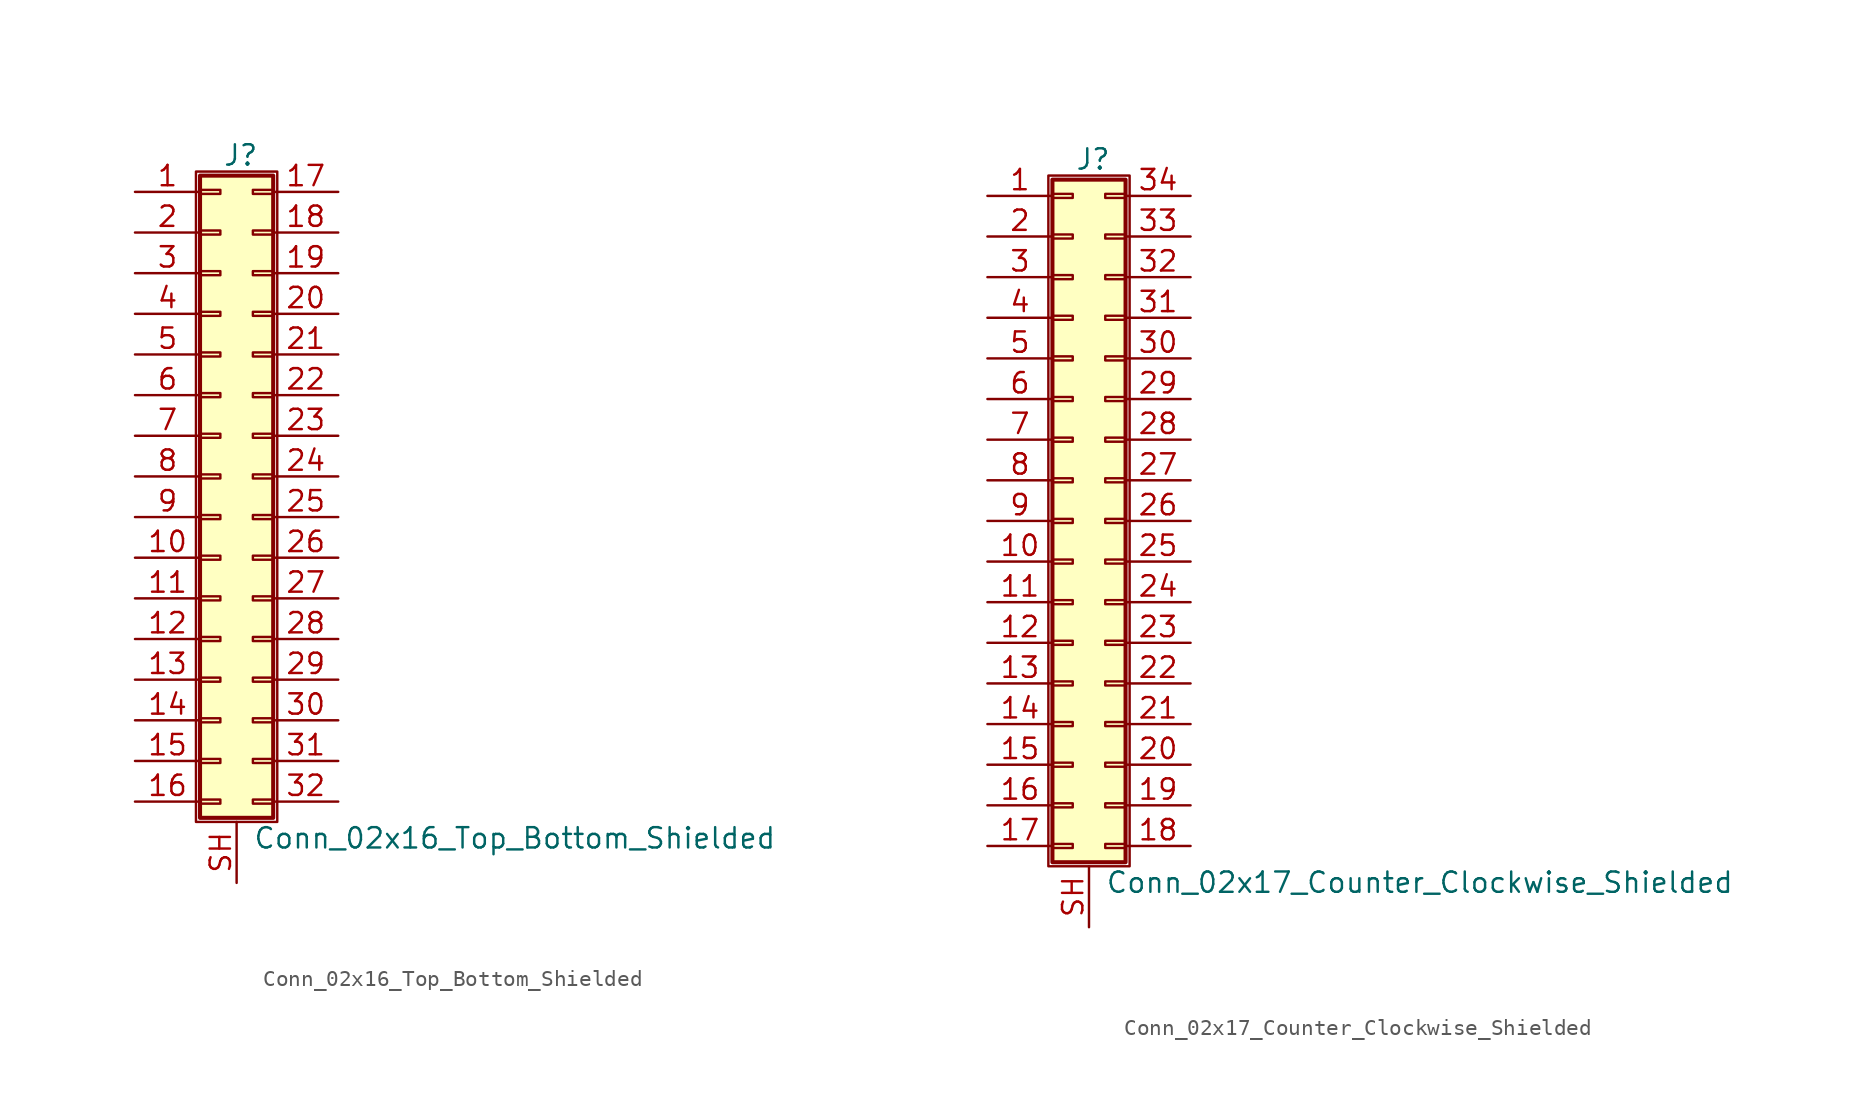
<source format=kicad_sym>
(kicad_symbol_lib
  (version 20201005)
  (generator kicad_symbol_editor)
  (symbol "Connector_Generic_Shielded:Conn_02x16_Top_Bottom_Shielded"
    (pin_names
      (offset 1.016) hide)
    (property "Reference" "J"
      (at 1.524 20.066 0)
      (effects (font (size 1.27 1.27))))
    (property "Value" "Conn_02x16_Top_Bottom_Shielded"
      (at 2.286 -22.606 0)
      (effects (font (size 1.27 1.27)) (justify left)))
    (symbol "Conn_02x16_Top_Bottom_Shielded_1_1"
      (rectangle (start -1.016 -4.953) (end 0.254 -5.207) (stroke (width 0.152)) (fill (type none)))
      (rectangle (start -1.016 -7.493) (end 0.254 -7.747) (stroke (width 0.152)) (fill (type none)))
      (rectangle (start -1.016 -10.033) (end 0.254 -10.287) (stroke (width 0.152)) (fill (type none)))
      (rectangle (start -1.016 -12.573) (end 0.254 -12.827) (stroke (width 0.152)) (fill (type none)))
      (rectangle (start -1.016 -15.113) (end 0.254 -15.367) (stroke (width 0.152)) (fill (type none)))
      (rectangle (start -1.016 -17.653) (end 0.254 -17.907) (stroke (width 0.152)) (fill (type none)))
      (rectangle (start -1.016 -20.193) (end 0.254 -20.447) (stroke (width 0.152)) (fill (type none)))
      (rectangle (start -1.016 -2.413) (end 0.254 -2.667) (stroke (width 0.152)) (fill (type none)))
      (rectangle (start -1.016 2.667) (end 0.254 2.413) (stroke (width 0.152)) (fill (type none)))
      (rectangle (start -1.016 5.207) (end 0.254 4.953) (stroke (width 0.152)) (fill (type none)))
      (rectangle (start -1.016 7.747) (end 0.254 7.493) (stroke (width 0.152)) (fill (type none)))
      (rectangle (start -1.016 10.287) (end 0.254 10.033) (stroke (width 0.152)) (fill (type none)))
      (rectangle (start -1.016 0.127) (end 0.254 -0.127) (stroke (width 0.152)) (fill (type none)))
      (rectangle (start -1.016 12.827) (end 0.254 12.573) (stroke (width 0.152)) (fill (type none)))
      (rectangle (start -1.016 15.367) (end 0.254 15.113) (stroke (width 0.152)) (fill (type none)))
      (rectangle (start -1.016 17.907) (end 0.254 17.653) (stroke (width 0.152)) (fill (type none)))
      (rectangle (start -1.016 18.796) (end 3.556 -21.336) (stroke (width 0.254)) (fill (type background)))
      (rectangle (start -1.27 19.05) (end 3.81 -21.59) (stroke (width 0.152)) (fill (type none)))
      (rectangle (start 3.556 -4.953) (end 2.286 -5.207) (stroke (width 0.152)) (fill (type none)))
      (rectangle (start 3.556 -7.493) (end 2.286 -7.747) (stroke (width 0.152)) (fill (type none)))
      (rectangle (start 3.556 -10.033) (end 2.286 -10.287) (stroke (width 0.152)) (fill (type none)))
      (rectangle (start 3.556 -12.573) (end 2.286 -12.827) (stroke (width 0.152)) (fill (type none)))
      (rectangle (start 3.556 -15.113) (end 2.286 -15.367) (stroke (width 0.152)) (fill (type none)))
      (rectangle (start 3.556 -17.653) (end 2.286 -17.907) (stroke (width 0.152)) (fill (type none)))
      (rectangle (start 3.556 -20.193) (end 2.286 -20.447) (stroke (width 0.152)) (fill (type none)))
      (rectangle (start 3.556 -2.413) (end 2.286 -2.667) (stroke (width 0.152)) (fill (type none)))
      (rectangle (start 3.556 2.667) (end 2.286 2.413) (stroke (width 0.152)) (fill (type none)))
      (rectangle (start 3.556 5.207) (end 2.286 4.953) (stroke (width 0.152)) (fill (type none)))
      (rectangle (start 3.556 7.747) (end 2.286 7.493) (stroke (width 0.152)) (fill (type none)))
      (rectangle (start 3.556 10.287) (end 2.286 10.033) (stroke (width 0.152)) (fill (type none)))
      (rectangle (start 3.556 0.127) (end 2.286 -0.127) (stroke (width 0.152)) (fill (type none)))
      (rectangle (start 3.556 12.827) (end 2.286 12.573) (stroke (width 0.152)) (fill (type none)))
      (rectangle (start 3.556 15.367) (end 2.286 15.113) (stroke (width 0.152)) (fill (type none)))
      (rectangle (start 3.556 17.907) (end 2.286 17.653) (stroke (width 0.152)) (fill (type none)))
      (pin passive line (at -5.08 17.78 0) (length 4.064) (name "Pin_1" (effects (font (size 1.27 1.27)))) (number "1" (effects (font (size 1.27 1.27)))))
      (pin passive line (at -5.08 -5.08 0) (length 4.064) (name "Pin_10" (effects (font (size 1.27 1.27)))) (number "10" (effects (font (size 1.27 1.27)))))
      (pin passive line (at -5.08 -7.62 0) (length 4.064) (name "Pin_11" (effects (font (size 1.27 1.27)))) (number "11" (effects (font (size 1.27 1.27)))))
      (pin passive line (at -5.08 -10.16 0) (length 4.064) (name "Pin_12" (effects (font (size 1.27 1.27)))) (number "12" (effects (font (size 1.27 1.27)))))
      (pin passive line (at -5.08 -12.7 0) (length 4.064) (name "Pin_13" (effects (font (size 1.27 1.27)))) (number "13" (effects (font (size 1.27 1.27)))))
      (pin passive line (at -5.08 -15.24 0) (length 4.064) (name "Pin_14" (effects (font (size 1.27 1.27)))) (number "14" (effects (font (size 1.27 1.27)))))
      (pin passive line (at -5.08 -17.78 0) (length 4.064) (name "Pin_15" (effects (font (size 1.27 1.27)))) (number "15" (effects (font (size 1.27 1.27)))))
      (pin passive line (at -5.08 -20.32 0) (length 4.064) (name "Pin_16" (effects (font (size 1.27 1.27)))) (number "16" (effects (font (size 1.27 1.27)))))
      (pin passive line (at 7.62 17.78 180) (length 4.064) (name "Pin_17" (effects (font (size 1.27 1.27)))) (number "17" (effects (font (size 1.27 1.27)))))
      (pin passive line (at 7.62 15.24 180) (length 4.064) (name "Pin_18" (effects (font (size 1.27 1.27)))) (number "18" (effects (font (size 1.27 1.27)))))
      (pin passive line (at 7.62 12.7 180) (length 4.064) (name "Pin_19" (effects (font (size 1.27 1.27)))) (number "19" (effects (font (size 1.27 1.27)))))
      (pin passive line (at -5.08 15.24 0) (length 4.064) (name "Pin_2" (effects (font (size 1.27 1.27)))) (number "2" (effects (font (size 1.27 1.27)))))
      (pin passive line (at 7.62 10.16 180) (length 4.064) (name "Pin_20" (effects (font (size 1.27 1.27)))) (number "20" (effects (font (size 1.27 1.27)))))
      (pin passive line (at 7.62 7.62 180) (length 4.064) (name "Pin_21" (effects (font (size 1.27 1.27)))) (number "21" (effects (font (size 1.27 1.27)))))
      (pin passive line (at 7.62 5.08 180) (length 4.064) (name "Pin_22" (effects (font (size 1.27 1.27)))) (number "22" (effects (font (size 1.27 1.27)))))
      (pin passive line (at 7.62 2.54 180) (length 4.064) (name "Pin_23" (effects (font (size 1.27 1.27)))) (number "23" (effects (font (size 1.27 1.27)))))
      (pin passive line (at 7.62 0 180) (length 4.064) (name "Pin_24" (effects (font (size 1.27 1.27)))) (number "24" (effects (font (size 1.27 1.27)))))
      (pin passive line (at 7.62 -2.54 180) (length 4.064) (name "Pin_25" (effects (font (size 1.27 1.27)))) (number "25" (effects (font (size 1.27 1.27)))))
      (pin passive line (at 7.62 -5.08 180) (length 4.064) (name "Pin_26" (effects (font (size 1.27 1.27)))) (number "26" (effects (font (size 1.27 1.27)))))
      (pin passive line (at 7.62 -7.62 180) (length 4.064) (name "Pin_27" (effects (font (size 1.27 1.27)))) (number "27" (effects (font (size 1.27 1.27)))))
      (pin passive line (at 7.62 -10.16 180) (length 4.064) (name "Pin_28" (effects (font (size 1.27 1.27)))) (number "28" (effects (font (size 1.27 1.27)))))
      (pin passive line (at 7.62 -12.7 180) (length 4.064) (name "Pin_29" (effects (font (size 1.27 1.27)))) (number "29" (effects (font (size 1.27 1.27)))))
      (pin passive line (at -5.08 12.7 0) (length 4.064) (name "Pin_3" (effects (font (size 1.27 1.27)))) (number "3" (effects (font (size 1.27 1.27)))))
      (pin passive line (at 7.62 -15.24 180) (length 4.064) (name "Pin_30" (effects (font (size 1.27 1.27)))) (number "30" (effects (font (size 1.27 1.27)))))
      (pin passive line (at 7.62 -17.78 180) (length 4.064) (name "Pin_31" (effects (font (size 1.27 1.27)))) (number "31" (effects (font (size 1.27 1.27)))))
      (pin passive line (at 7.62 -20.32 180) (length 4.064) (name "Pin_32" (effects (font (size 1.27 1.27)))) (number "32" (effects (font (size 1.27 1.27)))))
      (pin passive line (at -5.08 10.16 0) (length 4.064) (name "Pin_4" (effects (font (size 1.27 1.27)))) (number "4" (effects (font (size 1.27 1.27)))))
      (pin passive line (at -5.08 7.62 0) (length 4.064) (name "Pin_5" (effects (font (size 1.27 1.27)))) (number "5" (effects (font (size 1.27 1.27)))))
      (pin passive line (at -5.08 5.08 0) (length 4.064) (name "Pin_6" (effects (font (size 1.27 1.27)))) (number "6" (effects (font (size 1.27 1.27)))))
      (pin passive line (at -5.08 2.54 0) (length 4.064) (name "Pin_7" (effects (font (size 1.27 1.27)))) (number "7" (effects (font (size 1.27 1.27)))))
      (pin passive line (at -5.08 0 0) (length 4.064) (name "Pin_8" (effects (font (size 1.27 1.27)))) (number "8" (effects (font (size 1.27 1.27)))))
      (pin passive line (at -5.08 -2.54 0) (length 4.064) (name "Pin_9" (effects (font (size 1.27 1.27)))) (number "9" (effects (font (size 1.27 1.27)))))
      (pin passive line (at 1.27 -25.4 90) (length 3.81) (name "Shield" (effects (font (size 1.27 1.27)))) (number "SH" (effects (font (size 1.27 1.27)))))))
  (symbol "Connector_Generic_Shielded:Conn_02x17_Counter_Clockwise_Shielded"
    (pin_names
      (offset 1.016) hide)
    (property "Reference" "J"
      (at 1.524 22.606 0)
      (effects (font (size 1.27 1.27))))
    (property "Value" "Conn_02x17_Counter_Clockwise_Shielded"
      (at 2.286 -22.606 0)
      (effects (font (size 1.27 1.27)) (justify left)))
    (symbol "Conn_02x17_Counter_Clockwise_Shielded_1_1"
      (rectangle (start -1.016 -4.953) (end 0.254 -5.207) (stroke (width 0.152)) (fill (type none)))
      (rectangle (start -1.016 -7.493) (end 0.254 -7.747) (stroke (width 0.152)) (fill (type none)))
      (rectangle (start -1.016 -10.033) (end 0.254 -10.287) (stroke (width 0.152)) (fill (type none)))
      (rectangle (start -1.016 -12.573) (end 0.254 -12.827) (stroke (width 0.152)) (fill (type none)))
      (rectangle (start -1.016 -15.113) (end 0.254 -15.367) (stroke (width 0.152)) (fill (type none)))
      (rectangle (start -1.016 -17.653) (end 0.254 -17.907) (stroke (width 0.152)) (fill (type none)))
      (rectangle (start -1.016 -20.193) (end 0.254 -20.447) (stroke (width 0.152)) (fill (type none)))
      (rectangle (start -1.016 -2.413) (end 0.254 -2.667) (stroke (width 0.152)) (fill (type none)))
      (rectangle (start -1.016 2.667) (end 0.254 2.413) (stroke (width 0.152)) (fill (type none)))
      (rectangle (start -1.016 5.207) (end 0.254 4.953) (stroke (width 0.152)) (fill (type none)))
      (rectangle (start -1.016 7.747) (end 0.254 7.493) (stroke (width 0.152)) (fill (type none)))
      (rectangle (start -1.016 10.287) (end 0.254 10.033) (stroke (width 0.152)) (fill (type none)))
      (rectangle (start -1.016 0.127) (end 0.254 -0.127) (stroke (width 0.152)) (fill (type none)))
      (rectangle (start -1.016 12.827) (end 0.254 12.573) (stroke (width 0.152)) (fill (type none)))
      (rectangle (start -1.016 15.367) (end 0.254 15.113) (stroke (width 0.152)) (fill (type none)))
      (rectangle (start -1.016 17.907) (end 0.254 17.653) (stroke (width 0.152)) (fill (type none)))
      (rectangle (start -1.016 20.447) (end 0.254 20.193) (stroke (width 0.152)) (fill (type none)))
      (rectangle (start -1.016 21.336) (end 3.556 -21.336) (stroke (width 0.254)) (fill (type background)))
      (rectangle (start -1.27 21.59) (end 3.81 -21.59) (stroke (width 0.152)) (fill (type none)))
      (rectangle (start 3.556 -4.953) (end 2.286 -5.207) (stroke (width 0.152)) (fill (type none)))
      (rectangle (start 3.556 -7.493) (end 2.286 -7.747) (stroke (width 0.152)) (fill (type none)))
      (rectangle (start 3.556 -10.033) (end 2.286 -10.287) (stroke (width 0.152)) (fill (type none)))
      (rectangle (start 3.556 -12.573) (end 2.286 -12.827) (stroke (width 0.152)) (fill (type none)))
      (rectangle (start 3.556 -15.113) (end 2.286 -15.367) (stroke (width 0.152)) (fill (type none)))
      (rectangle (start 3.556 -17.653) (end 2.286 -17.907) (stroke (width 0.152)) (fill (type none)))
      (rectangle (start 3.556 -20.193) (end 2.286 -20.447) (stroke (width 0.152)) (fill (type none)))
      (rectangle (start 3.556 -2.413) (end 2.286 -2.667) (stroke (width 0.152)) (fill (type none)))
      (rectangle (start 3.556 2.667) (end 2.286 2.413) (stroke (width 0.152)) (fill (type none)))
      (rectangle (start 3.556 5.207) (end 2.286 4.953) (stroke (width 0.152)) (fill (type none)))
      (rectangle (start 3.556 7.747) (end 2.286 7.493) (stroke (width 0.152)) (fill (type none)))
      (rectangle (start 3.556 10.287) (end 2.286 10.033) (stroke (width 0.152)) (fill (type none)))
      (rectangle (start 3.556 0.127) (end 2.286 -0.127) (stroke (width 0.152)) (fill (type none)))
      (rectangle (start 3.556 12.827) (end 2.286 12.573) (stroke (width 0.152)) (fill (type none)))
      (rectangle (start 3.556 15.367) (end 2.286 15.113) (stroke (width 0.152)) (fill (type none)))
      (rectangle (start 3.556 17.907) (end 2.286 17.653) (stroke (width 0.152)) (fill (type none)))
      (rectangle (start 3.556 20.447) (end 2.286 20.193) (stroke (width 0.152)) (fill (type none)))
      (pin passive line (at -5.08 20.32 0) (length 4.064) (name "Pin_1" (effects (font (size 1.27 1.27)))) (number "1" (effects (font (size 1.27 1.27)))))
      (pin passive line (at -5.08 -2.54 0) (length 4.064) (name "Pin_10" (effects (font (size 1.27 1.27)))) (number "10" (effects (font (size 1.27 1.27)))))
      (pin passive line (at -5.08 -5.08 0) (length 4.064) (name "Pin_11" (effects (font (size 1.27 1.27)))) (number "11" (effects (font (size 1.27 1.27)))))
      (pin passive line (at -5.08 -7.62 0) (length 4.064) (name "Pin_12" (effects (font (size 1.27 1.27)))) (number "12" (effects (font (size 1.27 1.27)))))
      (pin passive line (at -5.08 -10.16 0) (length 4.064) (name "Pin_13" (effects (font (size 1.27 1.27)))) (number "13" (effects (font (size 1.27 1.27)))))
      (pin passive line (at -5.08 -12.7 0) (length 4.064) (name "Pin_14" (effects (font (size 1.27 1.27)))) (number "14" (effects (font (size 1.27 1.27)))))
      (pin passive line (at -5.08 -15.24 0) (length 4.064) (name "Pin_15" (effects (font (size 1.27 1.27)))) (number "15" (effects (font (size 1.27 1.27)))))
      (pin passive line (at -5.08 -17.78 0) (length 4.064) (name "Pin_16" (effects (font (size 1.27 1.27)))) (number "16" (effects (font (size 1.27 1.27)))))
      (pin passive line (at -5.08 -20.32 0) (length 4.064) (name "Pin_17" (effects (font (size 1.27 1.27)))) (number "17" (effects (font (size 1.27 1.27)))))
      (pin passive line (at 7.62 -20.32 180) (length 4.064) (name "Pin_18" (effects (font (size 1.27 1.27)))) (number "18" (effects (font (size 1.27 1.27)))))
      (pin passive line (at 7.62 -17.78 180) (length 4.064) (name "Pin_19" (effects (font (size 1.27 1.27)))) (number "19" (effects (font (size 1.27 1.27)))))
      (pin passive line (at -5.08 17.78 0) (length 4.064) (name "Pin_2" (effects (font (size 1.27 1.27)))) (number "2" (effects (font (size 1.27 1.27)))))
      (pin passive line (at 7.62 -15.24 180) (length 4.064) (name "Pin_20" (effects (font (size 1.27 1.27)))) (number "20" (effects (font (size 1.27 1.27)))))
      (pin passive line (at 7.62 -12.7 180) (length 4.064) (name "Pin_21" (effects (font (size 1.27 1.27)))) (number "21" (effects (font (size 1.27 1.27)))))
      (pin passive line (at 7.62 -10.16 180) (length 4.064) (name "Pin_22" (effects (font (size 1.27 1.27)))) (number "22" (effects (font (size 1.27 1.27)))))
      (pin passive line (at 7.62 -7.62 180) (length 4.064) (name "Pin_23" (effects (font (size 1.27 1.27)))) (number "23" (effects (font (size 1.27 1.27)))))
      (pin passive line (at 7.62 -5.08 180) (length 4.064) (name "Pin_24" (effects (font (size 1.27 1.27)))) (number "24" (effects (font (size 1.27 1.27)))))
      (pin passive line (at 7.62 -2.54 180) (length 4.064) (name "Pin_25" (effects (font (size 1.27 1.27)))) (number "25" (effects (font (size 1.27 1.27)))))
      (pin passive line (at 7.62 0 180) (length 4.064) (name "Pin_26" (effects (font (size 1.27 1.27)))) (number "26" (effects (font (size 1.27 1.27)))))
      (pin passive line (at 7.62 2.54 180) (length 4.064) (name "Pin_27" (effects (font (size 1.27 1.27)))) (number "27" (effects (font (size 1.27 1.27)))))
      (pin passive line (at 7.62 5.08 180) (length 4.064) (name "Pin_28" (effects (font (size 1.27 1.27)))) (number "28" (effects (font (size 1.27 1.27)))))
      (pin passive line (at 7.62 7.62 180) (length 4.064) (name "Pin_29" (effects (font (size 1.27 1.27)))) (number "29" (effects (font (size 1.27 1.27)))))
      (pin passive line (at -5.08 15.24 0) (length 4.064) (name "Pin_3" (effects (font (size 1.27 1.27)))) (number "3" (effects (font (size 1.27 1.27)))))
      (pin passive line (at 7.62 10.16 180) (length 4.064) (name "Pin_30" (effects (font (size 1.27 1.27)))) (number "30" (effects (font (size 1.27 1.27)))))
      (pin passive line (at 7.62 12.7 180) (length 4.064) (name "Pin_31" (effects (font (size 1.27 1.27)))) (number "31" (effects (font (size 1.27 1.27)))))
      (pin passive line (at 7.62 15.24 180) (length 4.064) (name "Pin_32" (effects (font (size 1.27 1.27)))) (number "32" (effects (font (size 1.27 1.27)))))
      (pin passive line (at 7.62 17.78 180) (length 4.064) (name "Pin_33" (effects (font (size 1.27 1.27)))) (number "33" (effects (font (size 1.27 1.27)))))
      (pin passive line (at 7.62 20.32 180) (length 4.064) (name "Pin_34" (effects (font (size 1.27 1.27)))) (number "34" (effects (font (size 1.27 1.27)))))
      (pin passive line (at -5.08 12.7 0) (length 4.064) (name "Pin_4" (effects (font (size 1.27 1.27)))) (number "4" (effects (font (size 1.27 1.27)))))
      (pin passive line (at -5.08 10.16 0) (length 4.064) (name "Pin_5" (effects (font (size 1.27 1.27)))) (number "5" (effects (font (size 1.27 1.27)))))
      (pin passive line (at -5.08 7.62 0) (length 4.064) (name "Pin_6" (effects (font (size 1.27 1.27)))) (number "6" (effects (font (size 1.27 1.27)))))
      (pin passive line (at -5.08 5.08 0) (length 4.064) (name "Pin_7" (effects (font (size 1.27 1.27)))) (number "7" (effects (font (size 1.27 1.27)))))
      (pin passive line (at -5.08 2.54 0) (length 4.064) (name "Pin_8" (effects (font (size 1.27 1.27)))) (number "8" (effects (font (size 1.27 1.27)))))
      (pin passive line (at -5.08 0 0) (length 4.064) (name "Pin_9" (effects (font (size 1.27 1.27)))) (number "9" (effects (font (size 1.27 1.27)))))
      (pin passive line (at 1.27 -25.4 90) (length 3.81) (name "Shield" (effects (font (size 1.27 1.27)))) (number "SH" (effects (font (size 1.27 1.27))))))))
</source>
